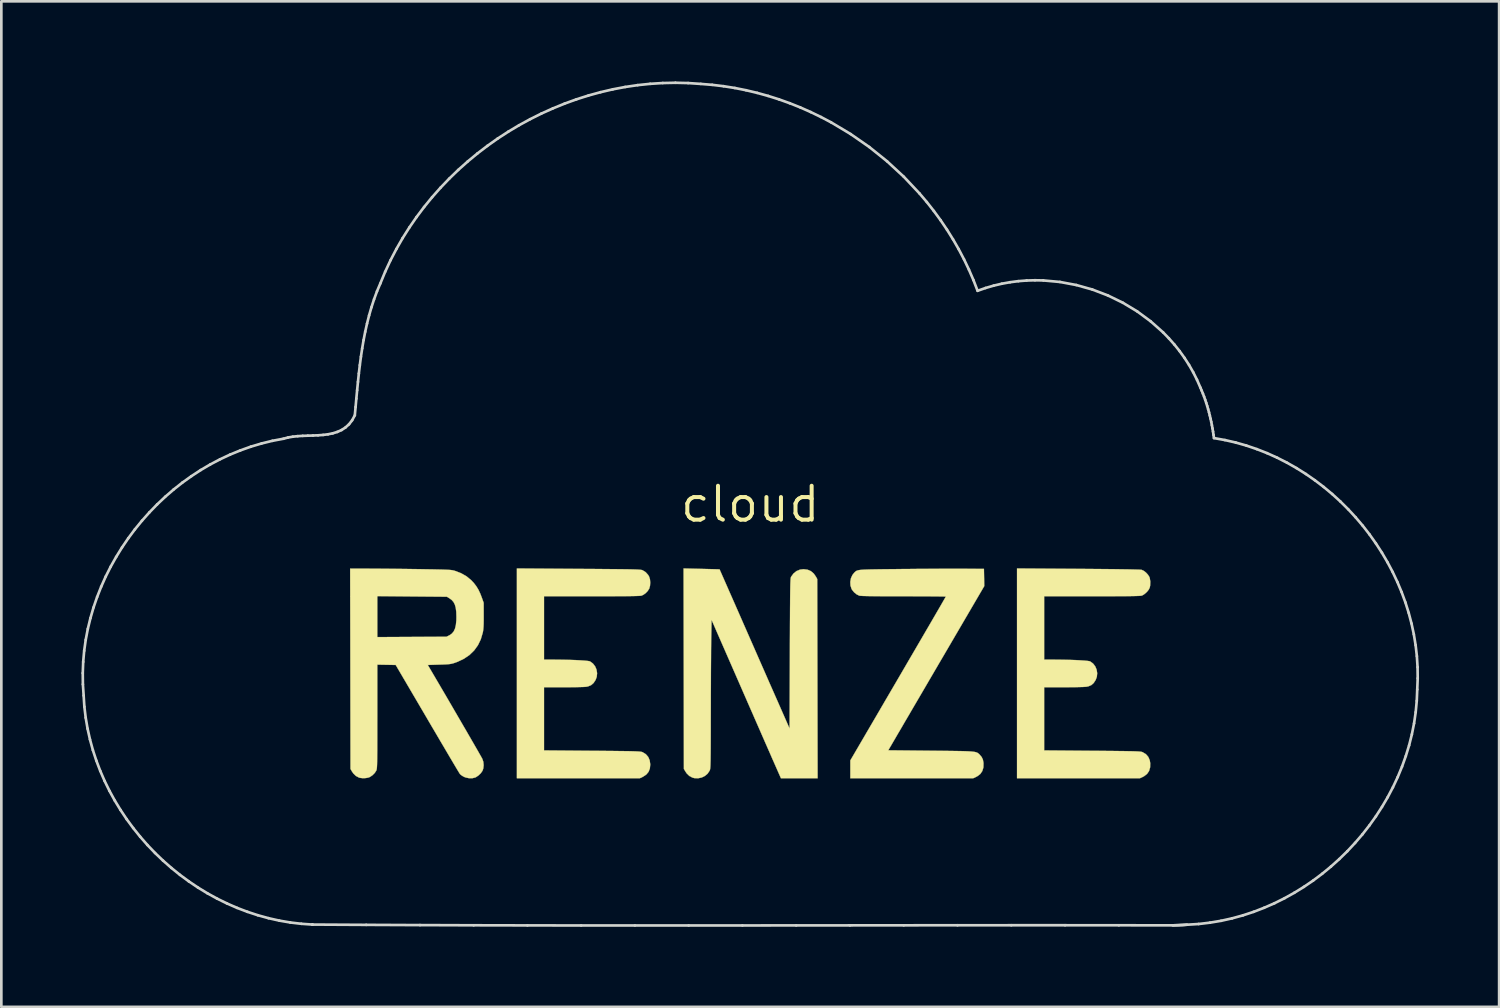
<source format=kicad_pcb>
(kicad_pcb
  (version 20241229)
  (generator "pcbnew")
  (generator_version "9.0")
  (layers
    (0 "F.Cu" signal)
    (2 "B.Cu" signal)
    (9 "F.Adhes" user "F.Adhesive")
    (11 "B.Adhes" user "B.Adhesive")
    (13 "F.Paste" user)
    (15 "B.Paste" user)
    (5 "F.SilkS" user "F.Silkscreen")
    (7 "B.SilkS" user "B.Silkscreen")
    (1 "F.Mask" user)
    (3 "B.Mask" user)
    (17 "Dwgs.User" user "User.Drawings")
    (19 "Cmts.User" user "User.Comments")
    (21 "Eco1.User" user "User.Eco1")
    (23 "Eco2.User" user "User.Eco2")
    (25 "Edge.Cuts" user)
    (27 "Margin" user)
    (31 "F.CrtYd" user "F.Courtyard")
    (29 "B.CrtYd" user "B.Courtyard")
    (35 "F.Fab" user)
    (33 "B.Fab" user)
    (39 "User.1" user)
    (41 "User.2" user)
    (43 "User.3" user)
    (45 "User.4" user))
  (footprint "cloud"
    (layer "F.Cu")
    (at 25.053 15.835)
    (property "Reference" "cloud" (at 0 0 0) (layer "F.SilkS") (effects (font (size 1.27 1.27) (thickness 0.15))))
    (attr through_hole)
    (fp_poly (pts (xy -2.074 -15.762) (xy -1.479 -15.717) (xy -0.974 -15.654) (xy -0.271 -15.529) (xy 0.418 -15.364) (xy 1.092 -15.161) (xy 1.749 -14.92) (xy 2.389 -14.642) (xy 3.01 -14.328) (xy 3.61 -13.98) (xy 4.189 -13.597) (xy 4.745 -13.181) (xy 5.276 -12.732) (xy 5.782 -12.253) (xy 6.261 -11.743) (xy 6.711 -11.203) (xy 7.132 -10.635) (xy 7.522 -10.039) (xy 7.78 -9.599) (xy 7.886 -9.404) (xy 7.995 -9.19) (xy 8.105 -8.967) (xy 8.211 -8.743) (xy 8.309 -8.525) (xy 8.395 -8.324) (xy 8.465 -8.147) (xy 8.489 -8.083) (xy 8.516 -8.006) (xy 8.634 -8.047) (xy 8.85 -8.114) (xy 9.096 -8.179) (xy 9.362 -8.239) (xy 9.634 -8.29) (xy 9.902 -8.332) (xy 10.154 -8.361) (xy 10.157 -8.362) (xy 10.325 -8.373) (xy 10.521 -8.379) (xy 10.736 -8.38) (xy 10.958 -8.376) (xy 11.179 -8.368) (xy 11.387 -8.356) (xy 11.573 -8.34) (xy 11.716 -8.322) (xy 12.251 -8.219) (xy 12.768 -8.078) (xy 13.265 -7.9) (xy 13.744 -7.683) (xy 14.205 -7.428) (xy 14.632 -7.146) (xy 15.02 -6.844) (xy 15.39 -6.508) (xy 15.738 -6.141) (xy 16.06 -5.751) (xy 16.351 -5.341) (xy 16.605 -4.919) (xy 16.633 -4.868) (xy 16.811 -4.506) (xy 16.972 -4.12) (xy 17.11 -3.723) (xy 17.223 -3.324) (xy 17.307 -2.936) (xy 17.323 -2.836) (xy 17.339 -2.737) (xy 17.353 -2.646) (xy 17.364 -2.577) (xy 17.368 -2.549) (xy 17.375 -2.519) (xy 17.388 -2.498) (xy 17.417 -2.483) (xy 17.469 -2.468) (xy 17.552 -2.452) (xy 17.574 -2.448) (xy 18.047 -2.342) (xy 18.53 -2.205) (xy 19.014 -2.039) (xy 19.489 -1.849) (xy 19.945 -1.638) (xy 20.372 -1.409) (xy 20.447 -1.365) (xy 20.981 -1.024) (xy 21.486 -0.654) (xy 21.961 -0.255) (xy 22.406 0.171) (xy 22.818 0.623) (xy 23.198 1.099) (xy 23.544 1.598) (xy 23.856 2.118) (xy 24.132 2.659) (xy 24.373 3.218) (xy 24.576 3.795) (xy 24.742 4.387) (xy 24.869 4.995) (xy 24.956 5.615) (xy 24.979 5.853) (xy 24.987 5.987) (xy 24.992 6.154) (xy 24.994 6.344) (xy 24.994 6.551) (xy 24.991 6.765) (xy 24.986 6.978) (xy 24.979 7.182) (xy 24.97 7.369) (xy 24.96 7.531) (xy 24.947 7.659) (xy 24.946 7.662) (xy 24.847 8.29) (xy 24.708 8.902) (xy 24.531 9.499) (xy 24.316 10.078) (xy 24.064 10.639) (xy 23.776 11.181) (xy 23.452 11.701) (xy 23.093 12.199) (xy 22.7 12.674) (xy 22.273 13.123) (xy 21.814 13.547) (xy 21.548 13.768) (xy 21.047 14.143) (xy 20.526 14.48) (xy 19.987 14.779) (xy 19.43 15.041) (xy 18.857 15.263) (xy 18.268 15.447) (xy 17.665 15.592) (xy 17.048 15.697) (xy 16.419 15.762) (xy 16.309 15.769) (xy 16.268 15.77) (xy 16.187 15.771) (xy 16.065 15.772) (xy 15.905 15.773) (xy 15.708 15.774) (xy 15.475 15.775) (xy 15.207 15.776) (xy 14.906 15.777) (xy 14.572 15.778) (xy 14.208 15.778) (xy 13.814 15.779) (xy 13.392 15.78) (xy 12.942 15.781) (xy 12.467 15.781) (xy 11.967 15.782) (xy 11.444 15.783) (xy 10.899 15.783) (xy 10.333 15.784) (xy 9.747 15.784) (xy 9.144 15.785) (xy 8.523 15.785) (xy 7.887 15.785) (xy 7.236 15.786) (xy 6.573 15.786) (xy 5.897 15.786) (xy 5.211 15.787) (xy 4.515 15.787) (xy 3.812 15.787) (xy 3.102 15.787) (xy 2.386 15.787) (xy 1.666 15.787) (xy 0.943 15.787) (xy 0.218 15.787) (xy -0.507 15.787) (xy -1.231 15.787) (xy -1.954 15.787) (xy -2.672 15.787) (xy -3.387 15.787) (xy -4.095 15.786) (xy -4.796 15.786) (xy -5.488 15.786) (xy -6.171 15.786) (xy -6.843 15.785) (xy -7.503 15.785) (xy -8.149 15.784) (xy -8.78 15.784) (xy -9.395 15.784) (xy -9.993 15.783) (xy -10.572 15.782) (xy -11.131 15.782) (xy -11.669 15.781) (xy -12.185 15.781) (xy -12.677 15.78) (xy -13.144 15.779) (xy -13.585 15.778) (xy -13.998 15.778) (xy -14.383 15.777) (xy -14.737 15.776) (xy -15.06 15.775) (xy -15.351 15.774) (xy -15.608 15.773) (xy -15.829 15.772) (xy -16.015 15.771) (xy -16.162 15.77) (xy -16.271 15.769) (xy -16.339 15.768) (xy -16.362 15.767) (xy -16.974 15.71) (xy -17.575 15.613) (xy -18.163 15.478) (xy -18.737 15.305) (xy -19.296 15.096) (xy -19.837 14.853) (xy -20.359 14.576) (xy -20.862 14.267) (xy -21.343 13.927) (xy -21.801 13.557) (xy -22.235 13.159) (xy -22.643 12.734) (xy -23.024 12.283) (xy -23.375 11.808) (xy -23.697 11.31) (xy -23.987 10.79) (xy -24.244 10.249) (xy -24.467 9.69) (xy -24.653 9.112) (xy -24.802 8.517) (xy -24.858 8.234) (xy -24.892 8.044) (xy -24.919 7.873) (xy -24.941 7.713) (xy -24.958 7.557) (xy -24.97 7.397) (xy -24.979 7.225) (xy -24.984 7.032) (xy -24.987 6.813) (xy -24.987 6.583) (xy -24.987 6.43) (xy -22.325 6.43) (xy -22.317 6.933) (xy -22.27 7.432) (xy -22.186 7.925) (xy -22.064 8.411) (xy -21.904 8.886) (xy -21.708 9.35) (xy -21.475 9.798) (xy -21.206 10.23) (xy -20.902 10.643) (xy -20.562 11.035) (xy -20.415 11.187) (xy -20.033 11.539) (xy -19.626 11.86) (xy -19.197 12.146) (xy -18.749 12.397) (xy -18.283 12.613) (xy -17.804 12.79) (xy -17.312 12.929) (xy -16.812 13.028) (xy -16.403 13.079) (xy -16.369 13.08) (xy -16.293 13.081) (xy -16.178 13.082) (xy -16.025 13.083) (xy -15.834 13.084) (xy -15.607 13.085) (xy -15.345 13.086) (xy -15.05 13.087) (xy -14.723 13.088) (xy -14.364 13.089) (xy -13.976 13.09) (xy -13.559 13.09) (xy -13.116 13.091) (xy -12.646 13.092) (xy -12.151 13.093) (xy -11.633 13.093) (xy -11.093 13.094) (xy -10.532 13.094) (xy -9.951 13.095) (xy -9.352 13.095) (xy -8.736 13.096) (xy -8.104 13.096) (xy -7.457 13.097) (xy -6.797 13.097) (xy -6.124 13.098) (xy -5.441 13.098) (xy -4.749 13.098) (xy -4.048 13.098) (xy -3.34 13.099) (xy -2.626 13.099) (xy -1.907 13.099) (xy -1.186 13.099) (xy -0.462 13.099) (xy 0.263 13.099) (xy 0.987 13.099) (xy 1.709 13.099) (xy 2.428 13.099) (xy 3.143 13.099) (xy 3.853 13.099) (xy 4.555 13.099) (xy 5.25 13.099) (xy 5.935 13.098) (xy 6.61 13.098) (xy 7.273 13.098) (xy 7.923 13.098) (xy 8.558 13.097) (xy 9.178 13.097) (xy 9.781 13.096) (xy 10.366 13.096) (xy 10.931 13.095) (xy 11.476 13.095) (xy 11.999 13.094) (xy 12.499 13.094) (xy 12.974 13.093) (xy 13.424 13.092) (xy 13.847 13.091) (xy 14.241 13.091) (xy 14.606 13.09) (xy 14.94 13.089) (xy 15.243 13.088) (xy 15.512 13.087) (xy 15.747 13.086) (xy 15.945 13.085) (xy 16.107 13.084) (xy 16.231 13.083) (xy 16.315 13.082) (xy 16.358 13.081) (xy 16.362 13.081) (xy 16.877 13.015) (xy 17.379 12.91) (xy 17.868 12.767) (xy 18.341 12.588) (xy 18.796 12.374) (xy 19.232 12.126) (xy 19.647 11.846) (xy 20.039 11.536) (xy 20.406 11.197) (xy 20.747 10.831) (xy 21.06 10.439) (xy 21.343 10.023) (xy 21.593 9.584) (xy 21.811 9.123) (xy 21.992 8.643) (xy 22.13 8.174) (xy 22.237 7.663) (xy 22.303 7.147) (xy 22.327 6.625) (xy 22.309 6.102) (xy 22.25 5.578) (xy 22.169 5.144) (xy 22.127 4.973) (xy 22.07 4.776) (xy 22.003 4.565) (xy 21.93 4.353) (xy 21.855 4.15) (xy 21.782 3.97) (xy 21.749 3.897) (xy 21.515 3.432) (xy 21.249 2.995) (xy 20.951 2.581) (xy 20.617 2.189) (xy 20.405 1.968) (xy 20.02 1.612) (xy 19.616 1.294) (xy 19.192 1.011) (xy 18.744 0.763) (xy 18.445 0.621) (xy 18.054 0.462) (xy 17.664 0.332) (xy 17.266 0.229) (xy 16.853 0.15) (xy 16.414 0.094) (xy 16.188 0.075) (xy 16.006 0.059) (xy 15.858 0.042) (xy 15.737 0.022) (xy 15.634 -0.003) (xy 15.542 -0.036) (xy 15.452 -0.077) (xy 15.388 -0.111) (xy 15.279 -0.186) (xy 15.163 -0.287) (xy 15.051 -0.404) (xy 14.953 -0.525) (xy 14.879 -0.639) (xy 14.876 -0.646) (xy 14.83 -0.738) (xy 14.794 -0.823) (xy 14.768 -0.906) (xy 14.749 -0.996) (xy 14.737 -1.1) (xy 14.731 -1.224) (xy 14.729 -1.377) (xy 14.729 -1.545) (xy 14.73 -1.762) (xy 14.726 -1.943) (xy 14.718 -2.094) (xy 14.705 -2.222) (xy 14.701 -2.252) (xy 14.623 -2.657) (xy 14.508 -3.046) (xy 14.356 -3.417) (xy 14.171 -3.767) (xy 13.953 -4.095) (xy 13.704 -4.399) (xy 13.427 -4.676) (xy 13.124 -4.926) (xy 12.795 -5.144) (xy 12.443 -5.331) (xy 12.07 -5.483) (xy 11.678 -5.599) (xy 11.599 -5.617) (xy 11.198 -5.685) (xy 10.798 -5.71) (xy 10.399 -5.694) (xy 10.004 -5.636) (xy 9.614 -5.537) (xy 9.23 -5.397) (xy 8.854 -5.217) (xy 8.554 -5.039) (xy 8.426 -4.959) (xy 8.322 -4.898) (xy 8.232 -4.854) (xy 8.147 -4.82) (xy 8.057 -4.793) (xy 7.986 -4.776) (xy 7.756 -4.745) (xy 7.527 -4.754) (xy 7.305 -4.803) (xy 7.093 -4.891) (xy 6.897 -5.015) (xy 6.753 -5.142) (xy 6.665 -5.236) (xy 6.592 -5.329) (xy 6.531 -5.429) (xy 6.477 -5.543) (xy 6.428 -5.679) (xy 6.379 -5.844) (xy 6.341 -5.99) (xy 6.165 -6.605) (xy 5.952 -7.202) (xy 5.701 -7.779) (xy 5.412 -8.336) (xy 5.086 -8.873) (xy 4.724 -9.389) (xy 4.46 -9.724) (xy 4.385 -9.811) (xy 4.287 -9.921) (xy 4.172 -10.044) (xy 4.048 -10.175) (xy 3.922 -10.305) (xy 3.834 -10.394) (xy 3.465 -10.745) (xy 3.097 -11.062) (xy 2.723 -11.349) (xy 2.334 -11.614) (xy 1.921 -11.861) (xy 1.476 -12.097) (xy 1.439 -12.115) (xy 0.875 -12.375) (xy 0.31 -12.594) (xy -0.259 -12.772) (xy -0.837 -12.911) (xy -1.426 -13.011) (xy -2.031 -13.073) (xy -2.498 -13.095) (xy -3.123 -13.091) (xy -3.742 -13.045) (xy -4.351 -12.959) (xy -4.951 -12.833) (xy -5.539 -12.668) (xy -6.113 -12.465) (xy -6.672 -12.224) (xy -7.215 -11.947) (xy -7.739 -11.634) (xy -8.244 -11.287) (xy -8.727 -10.904) (xy -9.187 -10.489) (xy -9.623 -10.04) (xy -10.033 -9.56) (xy -10.188 -9.36) (xy -10.537 -8.866) (xy -10.853 -8.345) (xy -11.135 -7.803) (xy -11.382 -7.242) (xy -11.592 -6.666) (xy -11.763 -6.079) (xy -11.864 -5.641) (xy -11.908 -5.409) (xy -11.946 -5.184) (xy -11.977 -4.956) (xy -12.003 -4.717) (xy -12.024 -4.46) (xy -12.042 -4.176) (xy -12.054 -3.926) (xy -12.064 -3.723) (xy -12.073 -3.555) (xy -12.082 -3.416) (xy -12.092 -3.302) (xy -12.102 -3.204) (xy -12.115 -3.116) (xy -12.13 -3.034) (xy -12.138 -2.994) (xy -12.239 -2.609) (xy -12.377 -2.24) (xy -12.552 -1.89) (xy -12.76 -1.561) (xy -12.999 -1.256) (xy -13.267 -0.977) (xy -13.563 -0.726) (xy -13.884 -0.505) (xy -14.228 -0.317) (xy -14.593 -0.165) (xy -14.699 -0.128) (xy -14.878 -0.074) (xy -15.051 -0.031) (xy -15.227 0.003) (xy -15.416 0.028) (xy -15.628 0.047) (xy -15.871 0.061) (xy -15.917 0.063) (xy -16.327 0.088) (xy -16.705 0.128) (xy -17.059 0.184) (xy -17.398 0.257) (xy -17.73 0.351) (xy -18.063 0.465) (xy -18.076 0.47) (xy -18.556 0.67) (xy -19.009 0.902) (xy -19.438 1.167) (xy -19.847 1.468) (xy -20.238 1.807) (xy -20.416 1.979) (xy -20.773 2.363) (xy -21.091 2.765) (xy -21.374 3.186) (xy -21.621 3.629) (xy -21.772 3.948) (xy -21.963 4.433) (xy -22.113 4.926) (xy -22.223 5.425) (xy -22.294 5.927) (xy -22.325 6.43) (xy -24.987 6.43) (xy -24.987 6.359) (xy -24.985 6.169) (xy -24.982 6.007) (xy -24.977 5.864) (xy -24.969 5.733) (xy -24.957 5.606) (xy -24.942 5.476) (xy -24.922 5.334) (xy -24.898 5.173) (xy -24.88 5.059) (xy -24.774 4.516) (xy -24.63 3.969) (xy -24.451 3.427) (xy -24.241 2.896) (xy -24.002 2.386) (xy -23.831 2.066) (xy -23.754 1.936) (xy -23.658 1.782) (xy -23.549 1.614) (xy -23.435 1.441) (xy -23.319 1.273) (xy -23.21 1.118) (xy -23.113 0.985) (xy -23.071 0.931) (xy -22.66 0.444) (xy -22.224 -0.01) (xy -21.764 -0.43) (xy -21.28 -0.815) (xy -20.772 -1.165) (xy -20.243 -1.48) (xy -19.692 -1.758) (xy -19.12 -2) (xy -18.701 -2.15) (xy -18.263 -2.284) (xy -17.837 -2.392) (xy -17.412 -2.477) (xy -16.975 -2.541) (xy -16.518 -2.585) (xy -16.199 -2.604) (xy -16.019 -2.613) (xy -15.874 -2.622) (xy -15.758 -2.633) (xy -15.663 -2.646) (xy -15.584 -2.663) (xy -15.513 -2.685) (xy -15.443 -2.713) (xy -15.37 -2.747) (xy -15.193 -2.856) (xy -15.039 -2.998) (xy -14.913 -3.169) (xy -14.861 -3.266) (xy -14.812 -3.377) (xy -14.777 -3.482) (xy -14.753 -3.592) (xy -14.739 -3.718) (xy -14.733 -3.869) (xy -14.732 -3.967) (xy -14.724 -4.294) (xy -14.703 -4.649) (xy -14.67 -5.021) (xy -14.625 -5.398) (xy -14.569 -5.768) (xy -14.562 -5.81) (xy -14.497 -6.169) (xy -14.425 -6.505) (xy -14.343 -6.834) (xy -14.249 -7.169) (xy -14.137 -7.522) (xy -14.094 -7.651) (xy -13.853 -8.302) (xy -13.573 -8.938) (xy -13.254 -9.559) (xy -12.899 -10.161) (xy -12.509 -10.742) (xy -12.085 -11.3) (xy -11.629 -11.834) (xy -11.142 -12.34) (xy -11.089 -12.391) (xy -10.557 -12.877) (xy -10.002 -13.328) (xy -9.426 -13.742) (xy -8.829 -14.12) (xy -8.213 -14.461) (xy -7.578 -14.764) (xy -6.925 -15.03) (xy -6.256 -15.256) (xy -5.571 -15.444) (xy -4.871 -15.592) (xy -4.444 -15.662) (xy -3.874 -15.729) (xy -3.282 -15.768) (xy -2.679 -15.779) (xy -2.074 -15.762)) (stroke (width 0.01) (type solid)) (fill yes) (layer "F.Mask"))
    (fp_poly (pts (xy 12.282 2.422) (xy 12.675 2.425) (xy 13.037 2.428) (xy 13.364 2.431) (xy 13.658 2.434) (xy 13.915 2.438) (xy 14.137 2.441) (xy 14.321 2.445) (xy 14.466 2.449) (xy 14.572 2.452) (xy 14.637 2.456) (xy 14.658 2.459) (xy 14.739 2.496) (xy 14.822 2.561) (xy 14.896 2.642) (xy 14.949 2.726) (xy 14.962 2.762) (xy 14.984 2.9) (xy 14.978 3.045) (xy 14.963 3.122) (xy 14.926 3.199) (xy 14.862 3.28) (xy 14.782 3.354) (xy 14.7 3.409) (xy 14.654 3.427) (xy 14.615 3.432) (xy 14.535 3.436) (xy 14.413 3.44) (xy 14.249 3.443) (xy 14.044 3.446) (xy 13.796 3.447) (xy 13.507 3.449) (xy 13.175 3.45) (xy 12.801 3.45) (xy 12.79 3.45) (xy 11.007 3.45) (xy 11.007 5.821) (xy 11.351 5.822) (xy 11.585 5.824) (xy 11.809 5.828) (xy 12.018 5.833) (xy 12.208 5.84) (xy 12.375 5.849) (xy 12.516 5.858) (xy 12.626 5.869) (xy 12.7 5.88) (xy 12.732 5.89) (xy 12.84 5.969) (xy 12.921 6.074) (xy 12.973 6.198) (xy 12.994 6.331) (xy 12.981 6.466) (xy 12.938 6.583) (xy 12.863 6.698) (xy 12.775 6.776) (xy 12.665 6.823) (xy 12.592 6.838) (xy 12.538 6.842) (xy 12.448 6.847) (xy 12.328 6.85) (xy 12.184 6.854) (xy 12.023 6.856) (xy 11.849 6.857) (xy 11.732 6.858) (xy 11.007 6.858) (xy 11.007 9.222) (xy 12.81 9.237) (xy 13.13 9.239) (xy 13.409 9.242) (xy 13.652 9.244) (xy 13.861 9.247) (xy 14.039 9.249) (xy 14.188 9.252) (xy 14.312 9.254) (xy 14.412 9.257) (xy 14.492 9.26) (xy 14.555 9.264) (xy 14.603 9.268) (xy 14.639 9.273) (xy 14.666 9.279) (xy 14.686 9.285) (xy 14.699 9.29) (xy 14.82 9.364) (xy 14.908 9.465) (xy 14.962 9.591) (xy 14.981 9.704) (xy 14.976 9.86) (xy 14.937 9.993) (xy 14.862 10.103) (xy 14.751 10.189) (xy 14.7 10.216) (xy 14.594 10.265) (xy 12.293 10.266) (xy 9.991 10.266) (xy 9.991 2.407) (xy 12.282 2.422)) (stroke (width 0.01) (type solid)) (fill yes) (layer "F.SilkS"))
    (fp_poly (pts (xy -6.429 2.423) (xy -6.065 2.425) (xy -5.741 2.427) (xy -5.454 2.43) (xy -5.202 2.432) (xy -4.983 2.434) (xy -4.795 2.436) (xy -4.634 2.438) (xy -4.498 2.44) (xy -4.386 2.443) (xy -4.294 2.446) (xy -4.221 2.449) (xy -4.163 2.453) (xy -4.119 2.456) (xy -4.086 2.461) (xy -4.061 2.466) (xy -4.043 2.471) (xy -4.032 2.475) (xy -3.915 2.549) (xy -3.823 2.654) (xy -3.786 2.72) (xy -3.757 2.819) (xy -3.747 2.937) (xy -3.756 3.057) (xy -3.783 3.158) (xy -3.786 3.164) (xy -3.841 3.251) (xy -3.919 3.333) (xy -4.008 3.396) (xy -4.078 3.427) (xy -4.117 3.432) (xy -4.198 3.436) (xy -4.32 3.44) (xy -4.484 3.443) (xy -4.69 3.446) (xy -4.938 3.447) (xy -5.229 3.449) (xy -5.561 3.45) (xy -5.936 3.45) (xy -5.943 3.45) (xy -7.726 3.45) (xy -7.726 5.821) (xy -7.382 5.822) (xy -7.148 5.824) (xy -6.924 5.828) (xy -6.715 5.833) (xy -6.525 5.84) (xy -6.357 5.849) (xy -6.217 5.858) (xy -6.107 5.869) (xy -6.032 5.88) (xy -6 5.89) (xy -5.893 5.969) (xy -5.811 6.074) (xy -5.759 6.198) (xy -5.738 6.331) (xy -5.751 6.466) (xy -5.794 6.583) (xy -5.871 6.7) (xy -5.964 6.779) (xy -6.078 6.826) (xy -6.129 6.837) (xy -6.18 6.842) (xy -6.267 6.847) (xy -6.385 6.85) (xy -6.528 6.854) (xy -6.688 6.856) (xy -6.862 6.858) (xy -6.99 6.858) (xy -7.726 6.858) (xy -7.726 9.222) (xy -5.922 9.237) (xy -5.603 9.239) (xy -5.324 9.242) (xy -5.082 9.244) (xy -4.873 9.247) (xy -4.696 9.249) (xy -4.547 9.251) (xy -4.424 9.254) (xy -4.324 9.257) (xy -4.244 9.26) (xy -4.181 9.264) (xy -4.133 9.268) (xy -4.096 9.273) (xy -4.069 9.278) (xy -4.047 9.284) (xy -4.029 9.291) (xy -4.028 9.292) (xy -3.91 9.366) (xy -3.823 9.467) (xy -3.768 9.594) (xy -3.747 9.743) (xy -3.747 9.753) (xy -3.762 9.903) (xy -3.811 10.026) (xy -3.894 10.126) (xy -4.013 10.206) (xy -4.032 10.215) (xy -4.138 10.265) (xy -6.44 10.266) (xy -8.742 10.266) (xy -8.742 2.407) (xy -6.429 2.423)) (stroke (width 0.01) (type solid)) (fill yes) (layer "F.SilkS"))
    (fp_poly (pts (xy -1.826 2.423) (xy -1.662 2.427) (xy -1.512 2.431) (xy -1.382 2.434) (xy -1.276 2.437) (xy -1.199 2.439) (xy -1.157 2.441) (xy -1.15 2.442) (xy -1.141 2.461) (xy -1.117 2.517) (xy -1.078 2.605) (xy -1.025 2.725) (xy -0.96 2.873) (xy -0.884 3.046) (xy -0.798 3.242) (xy -0.703 3.457) (xy -0.6 3.691) (xy -0.491 3.939) (xy -0.377 4.198) (xy -0.343 4.276) (xy -0.213 4.572) (xy -0.077 4.882) (xy 0.062 5.198) (xy 0.202 5.517) (xy 0.34 5.832) (xy 0.475 6.138) (xy 0.603 6.43) (xy 0.722 6.702) (xy 0.831 6.948) (xy 0.926 7.164) (xy 0.966 7.254) (xy 1.471 8.402) (xy 1.482 5.593) (xy 1.483 5.189) (xy 1.485 4.825) (xy 1.486 4.5) (xy 1.488 4.21) (xy 1.489 3.954) (xy 1.491 3.73) (xy 1.492 3.535) (xy 1.494 3.368) (xy 1.496 3.226) (xy 1.498 3.106) (xy 1.5 3.008) (xy 1.503 2.928) (xy 1.506 2.865) (xy 1.509 2.816) (xy 1.513 2.779) (xy 1.517 2.753) (xy 1.522 2.735) (xy 1.527 2.722) (xy 1.528 2.72) (xy 1.619 2.595) (xy 1.733 2.504) (xy 1.866 2.45) (xy 1.996 2.435) (xy 2.144 2.453) (xy 2.273 2.509) (xy 2.382 2.603) (xy 2.462 2.72) (xy 2.508 2.805) (xy 2.515 6.535) (xy 2.522 10.266) (xy 1.148 10.266) (xy 0.959 9.837) (xy 0.927 9.764) (xy 0.879 9.655) (xy 0.816 9.513) (xy 0.741 9.34) (xy 0.653 9.14) (xy 0.554 8.915) (xy 0.446 8.668) (xy 0.33 8.402) (xy 0.206 8.12) (xy 0.077 7.824) (xy -0.058 7.517) (xy -0.195 7.203) (xy -0.335 6.883) (xy -0.34 6.871) (xy -1.45 4.334) (xy -1.463 5.03) (xy -1.465 5.154) (xy -1.467 5.316) (xy -1.469 5.511) (xy -1.47 5.737) (xy -1.472 5.987) (xy -1.474 6.259) (xy -1.475 6.547) (xy -1.476 6.847) (xy -1.478 7.156) (xy -1.478 7.469) (xy -1.479 7.781) (xy -1.479 7.811) (xy -1.48 8.155) (xy -1.48 8.459) (xy -1.481 8.726) (xy -1.482 8.958) (xy -1.483 9.158) (xy -1.484 9.329) (xy -1.486 9.473) (xy -1.487 9.592) (xy -1.49 9.69) (xy -1.492 9.768) (xy -1.495 9.829) (xy -1.499 9.877) (xy -1.503 9.912) (xy -1.508 9.939) (xy -1.514 9.959) (xy -1.52 9.976) (xy -1.522 9.98) (xy -1.596 10.091) (xy -1.698 10.178) (xy -1.82 10.238) (xy -1.954 10.266) (xy -2.092 10.261) (xy -2.17 10.24) (xy -2.284 10.179) (xy -2.383 10.083) (xy -2.428 10.016) (xy -2.487 9.917) (xy -2.493 6.162) (xy -2.499 2.407) (xy -1.826 2.423)) (stroke (width 0.01) (type solid)) (fill yes) (layer "F.SilkS"))
    (fp_poly (pts (xy 7.928 2.418) (xy 8.001 2.418) (xy 8.752 2.424) (xy 8.758 2.746) (xy 8.764 3.068) (xy 7.232 5.688) (xy 7.047 6.003) (xy 6.865 6.315) (xy 6.687 6.619) (xy 6.515 6.914) (xy 6.35 7.196) (xy 6.193 7.464) (xy 6.046 7.715) (xy 5.911 7.947) (xy 5.788 8.156) (xy 5.681 8.341) (xy 5.589 8.498) (xy 5.514 8.625) (xy 5.459 8.72) (xy 5.434 8.763) (xy 5.169 9.218) (xy 6.759 9.234) (xy 7.067 9.237) (xy 7.335 9.24) (xy 7.567 9.243) (xy 7.765 9.246) (xy 7.933 9.249) (xy 8.072 9.253) (xy 8.188 9.258) (xy 8.281 9.264) (xy 8.355 9.272) (xy 8.414 9.281) (xy 8.459 9.292) (xy 8.494 9.305) (xy 8.522 9.32) (xy 8.546 9.338) (xy 8.569 9.359) (xy 8.592 9.381) (xy 8.666 9.469) (xy 8.712 9.564) (xy 8.734 9.681) (xy 8.736 9.704) (xy 8.732 9.86) (xy 8.692 9.993) (xy 8.618 10.103) (xy 8.507 10.189) (xy 8.456 10.216) (xy 8.35 10.265) (xy 6.048 10.266) (xy 3.747 10.266) (xy 3.747 9.598) (xy 4.427 8.434) (xy 4.729 7.918) (xy 5.016 7.425) (xy 5.289 6.958) (xy 5.547 6.517) (xy 5.789 6.102) (xy 6.015 5.714) (xy 6.225 5.355) (xy 6.418 5.024) (xy 6.593 4.723) (xy 6.751 4.453) (xy 6.89 4.213) (xy 7.011 4.005) (xy 7.113 3.83) (xy 7.195 3.687) (xy 7.257 3.579) (xy 7.3 3.505) (xy 7.321 3.467) (xy 7.324 3.462) (xy 7.303 3.46) (xy 7.243 3.458) (xy 7.148 3.456) (xy 7.02 3.455) (xy 6.863 3.454) (xy 6.68 3.452) (xy 6.474 3.451) (xy 6.249 3.451) (xy 6.008 3.45) (xy 5.754 3.45) (xy 5.744 3.45) (xy 5.415 3.45) (xy 5.127 3.449) (xy 4.878 3.448) (xy 4.666 3.446) (xy 4.49 3.444) (xy 4.347 3.441) (xy 4.236 3.438) (xy 4.156 3.434) (xy 4.104 3.43) (xy 4.082 3.426) (xy 3.983 3.378) (xy 3.889 3.301) (xy 3.813 3.208) (xy 3.791 3.168) (xy 3.752 3.044) (xy 3.746 2.909) (xy 3.77 2.775) (xy 3.824 2.654) (xy 3.886 2.575) (xy 3.909 2.551) (xy 3.93 2.531) (xy 3.951 2.513) (xy 3.976 2.498) (xy 4.006 2.485) (xy 4.047 2.474) (xy 4.099 2.465) (xy 4.166 2.458) (xy 4.252 2.452) (xy 4.359 2.448) (xy 4.49 2.444) (xy 4.648 2.441) (xy 4.835 2.438) (xy 5.056 2.435) (xy 5.313 2.433) (xy 5.609 2.43) (xy 5.662 2.429) (xy 5.942 2.427) (xy 6.229 2.424) (xy 6.515 2.422) (xy 6.797 2.421) (xy 7.068 2.419) (xy 7.322 2.418) (xy 7.554 2.418) (xy 7.758 2.418) (xy 7.928 2.418)) (stroke (width 0.01) (type solid)) (fill yes) (layer "F.SilkS"))
    (fp_poly (pts (xy -14.262 2.414) (xy -14.092 2.415) (xy -13.888 2.416) (xy -13.657 2.418) (xy -13.407 2.42) (xy -13.146 2.423) (xy -12.881 2.426) (xy -12.62 2.43) (xy -12.372 2.433) (xy -12.119 2.438) (xy -11.905 2.441) (xy -11.726 2.445) (xy -11.578 2.448) (xy -11.457 2.452) (xy -11.36 2.456) (xy -11.283 2.46) (xy -11.222 2.465) (xy -11.173 2.471) (xy -11.133 2.478) (xy -11.098 2.487) (xy -11.065 2.496) (xy -11.06 2.498) (xy -10.827 2.588) (xy -10.625 2.704) (xy -10.448 2.851) (xy -10.351 2.956) (xy -10.259 3.077) (xy -10.183 3.203) (xy -10.114 3.348) (xy -10.06 3.488) (xy -9.986 3.694) (xy -9.985 4.17) (xy -9.985 4.342) (xy -9.987 4.48) (xy -9.992 4.59) (xy -9.999 4.679) (xy -10.009 4.754) (xy -10.021 4.815) (xy -10.094 5.062) (xy -10.201 5.283) (xy -10.341 5.477) (xy -10.513 5.645) (xy -10.719 5.786) (xy -10.958 5.901) (xy -11.06 5.939) (xy -11.122 5.959) (xy -11.178 5.974) (xy -11.238 5.985) (xy -11.309 5.994) (xy -11.399 6) (xy -11.516 6.005) (xy -11.655 6.009) (xy -12.08 6.022) (xy -11.657 6.742) (xy -11.546 6.931) (xy -11.427 7.134) (xy -11.303 7.347) (xy -11.175 7.567) (xy -11.045 7.791) (xy -10.915 8.014) (xy -10.787 8.235) (xy -10.662 8.449) (xy -10.544 8.653) (xy -10.433 8.845) (xy -10.332 9.02) (xy -10.242 9.176) (xy -10.166 9.309) (xy -10.105 9.416) (xy -10.062 9.493) (xy -10.037 9.538) (xy -10.035 9.543) (xy -9.999 9.65) (xy -9.987 9.774) (xy -9.999 9.895) (xy -10.03 9.986) (xy -10.094 10.077) (xy -10.182 10.162) (xy -10.277 10.226) (xy -10.301 10.237) (xy -10.411 10.264) (xy -10.537 10.263) (xy -10.662 10.237) (xy -10.729 10.21) (xy -10.798 10.17) (xy -10.857 10.125) (xy -10.881 10.099) (xy -10.897 10.073) (xy -10.933 10.014) (xy -10.988 9.923) (xy -11.06 9.802) (xy -11.147 9.655) (xy -11.249 9.483) (xy -11.363 9.289) (xy -11.489 9.075) (xy -11.625 8.845) (xy -11.769 8.599) (xy -11.921 8.342) (xy -12.078 8.074) (xy -12.102 8.032) (xy -13.282 6.022) (xy -13.97 6.01) (xy -13.97 7.953) (xy -13.971 8.284) (xy -13.971 8.576) (xy -13.971 8.831) (xy -13.972 9.051) (xy -13.972 9.24) (xy -13.974 9.4) (xy -13.975 9.533) (xy -13.977 9.643) (xy -13.979 9.732) (xy -13.982 9.802) (xy -13.985 9.856) (xy -13.989 9.898) (xy -13.994 9.929) (xy -13.999 9.952) (xy -14.005 9.97) (xy -14.01 9.981) (xy -14.068 10.07) (xy -14.151 10.153) (xy -14.246 10.217) (xy -14.306 10.241) (xy -14.405 10.259) (xy -14.516 10.263) (xy -14.618 10.251) (xy -14.658 10.24) (xy -14.773 10.179) (xy -14.871 10.083) (xy -14.917 10.016) (xy -14.975 9.917) (xy -14.981 6.165) (xy -14.983 4.978) (xy -13.97 4.978) (xy -12.674 4.971) (xy -11.377 4.964) (xy -11.271 4.911) (xy -11.181 4.85) (xy -11.111 4.768) (xy -11.06 4.66) (xy -11.027 4.522) (xy -11.01 4.35) (xy -11.008 4.223) (xy -11.013 4.036) (xy -11.032 3.884) (xy -11.066 3.762) (xy -11.116 3.665) (xy -11.186 3.586) (xy -11.265 3.528) (xy -11.363 3.467) (xy -12.666 3.456) (xy -13.97 3.444) (xy -13.97 4.978) (xy -14.983 4.978) (xy -14.988 2.413) (xy -14.262 2.414)) (stroke (width 0.01) (type solid)) (fill yes) (layer "F.SilkS"))
    (fp_line (start -25.003 6.327) (end -24.987 5.908) (stroke (width 0.1) (type solid)) (layer "Edge.Cuts"))
    (fp_line (start -24.998 6.747) (end -25.003 6.327) (stroke (width 0.1) (type solid)) (layer "Edge.Cuts"))
    (fp_line (start -24.987 5.908) (end -24.95 5.493) (stroke (width 0.1) (type solid)) (layer "Edge.Cuts"))
    (fp_line (start -24.97 7.168) (end -24.998 6.747) (stroke (width 0.1) (type solid)) (layer "Edge.Cuts"))
    (fp_line (start -24.95 5.493) (end -24.892 5.08) (stroke (width 0.1) (type solid)) (layer "Edge.Cuts"))
    (fp_line (start -24.943 7.585) (end -24.97 7.168) (stroke (width 0.1) (type solid)) (layer "Edge.Cuts"))
    (fp_line (start -24.893 7.999) (end -24.943 7.585) (stroke (width 0.1) (type solid)) (layer "Edge.Cuts"))
    (fp_line (start -24.892 5.08) (end -24.814 4.672) (stroke (width 0.1) (type solid)) (layer "Edge.Cuts"))
    (fp_line (start -24.823 8.409) (end -24.893 7.999) (stroke (width 0.1) (type solid)) (layer "Edge.Cuts"))
    (fp_line (start -24.814 4.672) (end -24.716 4.268) (stroke (width 0.1) (type solid)) (layer "Edge.Cuts"))
    (fp_line (start -24.733 8.813) (end -24.823 8.409) (stroke (width 0.1) (type solid)) (layer "Edge.Cuts"))
    (fp_line (start -24.716 4.268) (end -24.6 3.869) (stroke (width 0.1) (type solid)) (layer "Edge.Cuts"))
    (fp_line (start -24.624 9.212) (end -24.733 8.813) (stroke (width 0.1) (type solid)) (layer "Edge.Cuts"))
    (fp_line (start -24.6 3.869) (end -24.465 3.476) (stroke (width 0.1) (type solid)) (layer "Edge.Cuts"))
    (fp_line (start -24.495 9.605) (end -24.624 9.212) (stroke (width 0.1) (type solid)) (layer "Edge.Cuts"))
    (fp_line (start -24.465 3.476) (end -24.313 3.09) (stroke (width 0.1) (type solid)) (layer "Edge.Cuts"))
    (fp_line (start -24.348 9.991) (end -24.495 9.605) (stroke (width 0.1) (type solid)) (layer "Edge.Cuts"))
    (fp_line (start -24.313 3.09) (end -24.143 2.71) (stroke (width 0.1) (type solid)) (layer "Edge.Cuts"))
    (fp_line (start -24.184 10.369) (end -24.348 9.991) (stroke (width 0.1) (type solid)) (layer "Edge.Cuts"))
    (fp_line (start -24.143 2.71) (end -23.956 2.339) (stroke (width 0.1) (type solid)) (layer "Edge.Cuts"))
    (fp_line (start -24.002 10.74) (end -24.184 10.369) (stroke (width 0.1) (type solid)) (layer "Edge.Cuts"))
    (fp_line (start -23.956 2.339) (end -23.752 1.976) (stroke (width 0.1) (type solid)) (layer "Edge.Cuts"))
    (fp_line (start -23.803 11.102) (end -24.002 10.74) (stroke (width 0.1) (type solid)) (layer "Edge.Cuts"))
    (fp_line (start -23.752 1.976) (end -23.533 1.621) (stroke (width 0.1) (type solid)) (layer "Edge.Cuts"))
    (fp_line (start -23.588 11.455) (end -23.803 11.102) (stroke (width 0.1) (type solid)) (layer "Edge.Cuts"))
    (fp_line (start -23.533 1.621) (end -23.299 1.277) (stroke (width 0.1) (type solid)) (layer "Edge.Cuts"))
    (fp_line (start -23.358 11.799) (end -23.588 11.455) (stroke (width 0.1) (type solid)) (layer "Edge.Cuts"))
    (fp_line (start -23.299 1.277) (end -23.05 0.943) (stroke (width 0.1) (type solid)) (layer "Edge.Cuts"))
    (fp_line (start -23.113 12.132) (end -23.358 11.799) (stroke (width 0.1) (type solid)) (layer "Edge.Cuts"))
    (fp_line (start -23.05 0.943) (end -22.786 0.62) (stroke (width 0.1) (type solid)) (layer "Edge.Cuts"))
    (fp_line (start -22.854 12.454) (end -23.113 12.132) (stroke (width 0.1) (type solid)) (layer "Edge.Cuts"))
    (fp_line (start -22.786 0.62) (end -22.509 0.309) (stroke (width 0.1) (type solid)) (layer "Edge.Cuts"))
    (fp_line (start -22.581 12.766) (end -22.854 12.454) (stroke (width 0.1) (type solid)) (layer "Edge.Cuts"))
    (fp_line (start -22.509 0.309) (end -22.219 0.01) (stroke (width 0.1) (type solid)) (layer "Edge.Cuts"))
    (fp_line (start -22.295 13.065) (end -22.581 12.766) (stroke (width 0.1) (type solid)) (layer "Edge.Cuts"))
    (fp_line (start -22.219 0.01) (end -21.916 -0.276) (stroke (width 0.1) (type solid)) (layer "Edge.Cuts"))
    (fp_line (start -21.996 13.351) (end -22.295 13.065) (stroke (width 0.1) (type solid)) (layer "Edge.Cuts"))
    (fp_line (start -21.916 -0.276) (end -21.601 -0.548) (stroke (width 0.1) (type solid)) (layer "Edge.Cuts"))
    (fp_line (start -21.685 13.624) (end -21.996 13.351) (stroke (width 0.1) (type solid)) (layer "Edge.Cuts"))
    (fp_line (start -21.601 -0.548) (end -21.275 -0.806) (stroke (width 0.1) (type solid)) (layer "Edge.Cuts"))
    (fp_line (start -21.363 13.884) (end -21.685 13.624) (stroke (width 0.1) (type solid)) (layer "Edge.Cuts"))
    (fp_line (start -21.275 -0.806) (end -20.937 -1.048) (stroke (width 0.1) (type solid)) (layer "Edge.Cuts"))
    (fp_line (start -21.03 14.129) (end -21.363 13.884) (stroke (width 0.1) (type solid)) (layer "Edge.Cuts"))
    (fp_line (start -20.937 -1.048) (end -20.589 -1.276) (stroke (width 0.1) (type solid)) (layer "Edge.Cuts"))
    (fp_line (start -20.687 14.36) (end -21.03 14.129) (stroke (width 0.1) (type solid)) (layer "Edge.Cuts"))
    (fp_line (start -20.589 -1.276) (end -20.23 -1.487) (stroke (width 0.1) (type solid)) (layer "Edge.Cuts"))
    (fp_line (start -20.334 14.575) (end -20.687 14.36) (stroke (width 0.1) (type solid)) (layer "Edge.Cuts"))
    (fp_line (start -20.23 -1.487) (end -19.862 -1.681) (stroke (width 0.1) (type solid)) (layer "Edge.Cuts"))
    (fp_line (start -19.972 14.774) (end -20.334 14.575) (stroke (width 0.1) (type solid)) (layer "Edge.Cuts"))
    (fp_line (start -19.862 -1.681) (end -19.486 -1.857) (stroke (width 0.1) (type solid)) (layer "Edge.Cuts"))
    (fp_line (start -19.601 14.956) (end -19.972 14.774) (stroke (width 0.1) (type solid)) (layer "Edge.Cuts"))
    (fp_line (start -19.486 -1.857) (end -19.1 -2.015) (stroke (width 0.1) (type solid)) (layer "Edge.Cuts"))
    (fp_line (start -19.223 15.121) (end -19.601 14.956) (stroke (width 0.1) (type solid)) (layer "Edge.Cuts"))
    (fp_line (start -19.1 -2.015) (end -18.707 -2.155) (stroke (width 0.1) (type solid)) (layer "Edge.Cuts"))
    (fp_line (start -18.837 15.268) (end -19.223 15.121) (stroke (width 0.1) (type solid)) (layer "Edge.Cuts"))
    (fp_line (start -18.707 -2.155) (end -18.306 -2.274) (stroke (width 0.1) (type solid)) (layer "Edge.Cuts"))
    (fp_line (start -18.444 15.397) (end -18.837 15.268) (stroke (width 0.1) (type solid)) (layer "Edge.Cuts"))
    (fp_line (start -18.306 -2.274) (end -17.899 -2.374) (stroke (width 0.1) (type solid)) (layer "Edge.Cuts"))
    (fp_line (start -18.045 15.507) (end -18.444 15.397) (stroke (width 0.1) (type solid)) (layer "Edge.Cuts"))
    (fp_line (start -17.899 -2.374) (end -17.485 -2.452) (stroke (width 0.1) (type solid)) (layer "Edge.Cuts"))
    (fp_line (start -17.641 15.598) (end -18.045 15.507) (stroke (width 0.1) (type solid)) (layer "Edge.Cuts"))
    (fp_line (start -17.485 -2.452) (end -17.315 -2.498) (stroke (width 0.1) (type solid)) (layer "Edge.Cuts"))
    (fp_line (start -17.315 -2.498) (end -17.137 -2.528) (stroke (width 0.1) (type solid)) (layer "Edge.Cuts"))
    (fp_line (start -17.232 15.668) (end -17.641 15.598) (stroke (width 0.1) (type solid)) (layer "Edge.Cuts"))
    (fp_line (start -17.137 -2.528) (end -16.953 -2.548) (stroke (width 0.1) (type solid)) (layer "Edge.Cuts"))
    (fp_line (start -16.953 -2.548) (end -16.764 -2.559) (stroke (width 0.1) (type solid)) (layer "Edge.Cuts"))
    (fp_line (start -16.818 15.717) (end -17.232 15.668) (stroke (width 0.1) (type solid)) (layer "Edge.Cuts"))
    (fp_line (start -16.764 -2.559) (end -16.573 -2.566) (stroke (width 0.1) (type solid)) (layer "Edge.Cuts"))
    (fp_line (start -16.573 -2.566) (end -16.38 -2.572) (stroke (width 0.1) (type solid)) (layer "Edge.Cuts"))
    (fp_line (start -16.4 15.746) (end -16.818 15.717) (stroke (width 0.1) (type solid)) (layer "Edge.Cuts"))
    (fp_line (start -16.4 15.746) (end -16.4 15.746) (stroke (width 0.1) (type solid)) (layer "Edge.Cuts"))
    (fp_line (start -16.4 15.746) (end -16.4 15.746) (stroke (width 0.1) (type solid)) (layer "Edge.Cuts"))
    (fp_line (start -16.38 -2.572) (end -16.189 -2.58) (stroke (width 0.1) (type solid)) (layer "Edge.Cuts"))
    (fp_line (start -16.189 -2.58) (end -16 -2.594) (stroke (width 0.1) (type solid)) (layer "Edge.Cuts"))
    (fp_line (start -16 -2.594) (end -15.816 -2.618) (stroke (width 0.1) (type solid)) (layer "Edge.Cuts"))
    (fp_line (start -15.816 -2.618) (end -15.639 -2.654) (stroke (width 0.1) (type solid)) (layer "Edge.Cuts"))
    (fp_line (start -15.639 -2.654) (end -15.47 -2.706) (stroke (width 0.1) (type solid)) (layer "Edge.Cuts"))
    (fp_line (start -15.47 -2.706) (end -15.311 -2.777) (stroke (width 0.1) (type solid)) (layer "Edge.Cuts"))
    (fp_line (start -15.311 -2.777) (end -15.164 -2.872) (stroke (width 0.1) (type solid)) (layer "Edge.Cuts"))
    (fp_line (start -15.164 -2.872) (end -15.03 -2.993) (stroke (width 0.1) (type solid)) (layer "Edge.Cuts"))
    (fp_line (start -15.03 -2.993) (end -14.913 -3.144) (stroke (width 0.1) (type solid)) (layer "Edge.Cuts"))
    (fp_line (start -14.913 -3.144) (end -14.813 -3.328) (stroke (width 0.1) (type solid)) (layer "Edge.Cuts"))
    (fp_line (start -14.813 -3.328) (end -14.784 -3.64) (stroke (width 0.1) (type solid)) (layer "Edge.Cuts"))
    (fp_line (start -14.784 -3.64) (end -14.756 -3.953) (stroke (width 0.1) (type solid)) (layer "Edge.Cuts"))
    (fp_line (start -14.756 -3.953) (end -14.726 -4.267) (stroke (width 0.1) (type solid)) (layer "Edge.Cuts"))
    (fp_line (start -14.726 -4.267) (end -14.695 -4.581) (stroke (width 0.1) (type solid)) (layer "Edge.Cuts"))
    (fp_line (start -14.695 -4.581) (end -14.662 -4.896) (stroke (width 0.1) (type solid)) (layer "Edge.Cuts"))
    (fp_line (start -14.662 -4.896) (end -14.625 -5.21) (stroke (width 0.1) (type solid)) (layer "Edge.Cuts"))
    (fp_line (start -14.625 -5.21) (end -14.584 -5.523) (stroke (width 0.1) (type solid)) (layer "Edge.Cuts"))
    (fp_line (start -14.584 -5.523) (end -14.537 -5.836) (stroke (width 0.1) (type solid)) (layer "Edge.Cuts"))
    (fp_line (start -14.537 -5.836) (end -14.484 -6.147) (stroke (width 0.1) (type solid)) (layer "Edge.Cuts"))
    (fp_line (start -14.484 -6.147) (end -14.424 -6.457) (stroke (width 0.1) (type solid)) (layer "Edge.Cuts"))
    (fp_line (start -14.424 -6.457) (end -14.355 -6.765) (stroke (width 0.1) (type solid)) (layer "Edge.Cuts"))
    (fp_line (start -14.387 15.757) (end -16.4 15.746) (stroke (width 0.1) (type solid)) (layer "Edge.Cuts"))
    (fp_line (start -14.355 -6.765) (end -14.278 -7.071) (stroke (width 0.1) (type solid)) (layer "Edge.Cuts"))
    (fp_line (start -14.278 -7.071) (end -14.19 -7.375) (stroke (width 0.1) (type solid)) (layer "Edge.Cuts"))
    (fp_line (start -14.19 -7.375) (end -14.092 -7.675) (stroke (width 0.1) (type solid)) (layer "Edge.Cuts"))
    (fp_line (start -14.092 -7.675) (end -13.982 -7.973) (stroke (width 0.1) (type solid)) (layer "Edge.Cuts"))
    (fp_line (start -13.982 -7.973) (end -13.858 -8.266) (stroke (width 0.1) (type solid)) (layer "Edge.Cuts"))
    (fp_line (start -13.858 -8.266) (end -13.676 -8.706) (stroke (width 0.1) (type solid)) (layer "Edge.Cuts"))
    (fp_line (start -13.676 -8.706) (end -13.476 -9.136) (stroke (width 0.1) (type solid)) (layer "Edge.Cuts"))
    (fp_line (start -13.476 -9.136) (end -13.257 -9.556) (stroke (width 0.1) (type solid)) (layer "Edge.Cuts"))
    (fp_line (start -13.257 -9.556) (end -13.022 -9.966) (stroke (width 0.1) (type solid)) (layer "Edge.Cuts"))
    (fp_line (start -13.022 -9.966) (end -12.769 -10.366) (stroke (width 0.1) (type solid)) (layer "Edge.Cuts"))
    (fp_line (start -12.769 -10.366) (end -12.501 -10.754) (stroke (width 0.1) (type solid)) (layer "Edge.Cuts"))
    (fp_line (start -12.501 -10.754) (end -12.217 -11.132) (stroke (width 0.1) (type solid)) (layer "Edge.Cuts"))
    (fp_line (start -12.374 15.766) (end -14.387 15.757) (stroke (width 0.1) (type solid)) (layer "Edge.Cuts"))
    (fp_line (start -12.217 -11.132) (end -11.919 -11.497) (stroke (width 0.1) (type solid)) (layer "Edge.Cuts"))
    (fp_line (start -11.919 -11.497) (end -11.606 -11.85) (stroke (width 0.1) (type solid)) (layer "Edge.Cuts"))
    (fp_line (start -11.606 -11.85) (end -11.279 -12.191) (stroke (width 0.1) (type solid)) (layer "Edge.Cuts"))
    (fp_line (start -11.279 -12.191) (end -10.94 -12.519) (stroke (width 0.1) (type solid)) (layer "Edge.Cuts"))
    (fp_line (start -10.94 -12.519) (end -10.588 -12.833) (stroke (width 0.1) (type solid)) (layer "Edge.Cuts"))
    (fp_line (start -10.588 -12.833) (end -10.224 -13.134) (stroke (width 0.1) (type solid)) (layer "Edge.Cuts"))
    (fp_line (start -10.361 15.773) (end -12.374 15.766) (stroke (width 0.1) (type solid)) (layer "Edge.Cuts"))
    (fp_line (start -10.224 -13.134) (end -9.848 -13.421) (stroke (width 0.1) (type solid)) (layer "Edge.Cuts"))
    (fp_line (start -9.848 -13.421) (end -9.463 -13.694) (stroke (width 0.1) (type solid)) (layer "Edge.Cuts"))
    (fp_line (start -9.463 -13.694) (end -9.067 -13.951) (stroke (width 0.1) (type solid)) (layer "Edge.Cuts"))
    (fp_line (start -9.067 -13.951) (end -8.661 -14.194) (stroke (width 0.1) (type solid)) (layer "Edge.Cuts"))
    (fp_line (start -8.661 -14.194) (end -8.247 -14.42) (stroke (width 0.1) (type solid)) (layer "Edge.Cuts"))
    (fp_line (start -8.348 15.777) (end -10.361 15.773) (stroke (width 0.1) (type solid)) (layer "Edge.Cuts"))
    (fp_line (start -8.247 -14.42) (end -7.825 -14.631) (stroke (width 0.1) (type solid)) (layer "Edge.Cuts"))
    (fp_line (start -7.825 -14.631) (end -7.394 -14.825) (stroke (width 0.1) (type solid)) (layer "Edge.Cuts"))
    (fp_line (start -7.394 -14.825) (end -6.957 -15.003) (stroke (width 0.1) (type solid)) (layer "Edge.Cuts"))
    (fp_line (start -6.957 -15.003) (end -6.514 -15.164) (stroke (width 0.1) (type solid)) (layer "Edge.Cuts"))
    (fp_line (start -6.514 -15.164) (end -6.064 -15.307) (stroke (width 0.1) (type solid)) (layer "Edge.Cuts"))
    (fp_line (start -6.335 15.78) (end -8.348 15.777) (stroke (width 0.1) (type solid)) (layer "Edge.Cuts"))
    (fp_line (start -6.064 -15.307) (end -5.609 -15.432) (stroke (width 0.1) (type solid)) (layer "Edge.Cuts"))
    (fp_line (start -5.609 -15.432) (end -5.15 -15.539) (stroke (width 0.1) (type solid)) (layer "Edge.Cuts"))
    (fp_line (start -5.15 -15.539) (end -4.686 -15.627) (stroke (width 0.1) (type solid)) (layer "Edge.Cuts"))
    (fp_line (start -4.686 -15.627) (end -4.22 -15.696) (stroke (width 0.1) (type solid)) (layer "Edge.Cuts"))
    (fp_line (start -4.322 15.78) (end -6.335 15.78) (stroke (width 0.1) (type solid)) (layer "Edge.Cuts"))
    (fp_line (start -4.22 -15.696) (end -3.75 -15.745) (stroke (width 0.1) (type solid)) (layer "Edge.Cuts"))
    (fp_line (start -3.75 -15.745) (end -3.278 -15.775) (stroke (width 0.1) (type solid)) (layer "Edge.Cuts"))
    (fp_line (start -3.278 -15.775) (end -2.804 -15.785) (stroke (width 0.1) (type solid)) (layer "Edge.Cuts"))
    (fp_line (start -2.804 -15.785) (end -2.329 -15.774) (stroke (width 0.1) (type solid)) (layer "Edge.Cuts"))
    (fp_line (start -2.329 -15.774) (end -1.854 -15.742) (stroke (width 0.1) (type solid)) (layer "Edge.Cuts"))
    (fp_line (start -2.308 15.78) (end -4.322 15.78) (stroke (width 0.1) (type solid)) (layer "Edge.Cuts"))
    (fp_line (start -1.854 -15.742) (end -1.426 -15.707) (stroke (width 0.1) (type solid)) (layer "Edge.Cuts"))
    (fp_line (start -1.426 -15.707) (end -1 -15.656) (stroke (width 0.1) (type solid)) (layer "Edge.Cuts"))
    (fp_line (start -1 -15.656) (end -0.578 -15.589) (stroke (width 0.1) (type solid)) (layer "Edge.Cuts"))
    (fp_line (start -0.578 -15.589) (end -0.158 -15.505) (stroke (width 0.1) (type solid)) (layer "Edge.Cuts"))
    (fp_line (start -0.295 15.779) (end -2.308 15.78) (stroke (width 0.1) (type solid)) (layer "Edge.Cuts"))
    (fp_line (start -0.158 -15.505) (end 0.257 -15.406) (stroke (width 0.1) (type solid)) (layer "Edge.Cuts"))
    (fp_line (start 0.257 -15.406) (end 0.668 -15.292) (stroke (width 0.1) (type solid)) (layer "Edge.Cuts"))
    (fp_line (start 0.668 -15.292) (end 1.075 -15.163) (stroke (width 0.1) (type solid)) (layer "Edge.Cuts"))
    (fp_line (start 1.075 -15.163) (end 1.477 -15.019) (stroke (width 0.1) (type solid)) (layer "Edge.Cuts"))
    (fp_line (start 1.477 -15.019) (end 1.873 -14.861) (stroke (width 0.1) (type solid)) (layer "Edge.Cuts"))
    (fp_line (start 1.719 15.778) (end -0.295 15.779) (stroke (width 0.1) (type solid)) (layer "Edge.Cuts"))
    (fp_line (start 1.873 -14.861) (end 2.263 -14.688) (stroke (width 0.1) (type solid)) (layer "Edge.Cuts"))
    (fp_line (start 2.263 -14.688) (end 2.647 -14.502) (stroke (width 0.1) (type solid)) (layer "Edge.Cuts"))
    (fp_line (start 2.647 -14.502) (end 3.025 -14.303) (stroke (width 0.1) (type solid)) (layer "Edge.Cuts"))
    (fp_line (start 3.025 -14.303) (end 3.757 -13.865) (stroke (width 0.1) (type solid)) (layer "Edge.Cuts"))
    (fp_line (start 3.733 15.776) (end 1.719 15.778) (stroke (width 0.1) (type solid)) (layer "Edge.Cuts"))
    (fp_line (start 3.757 -13.865) (end 4.458 -13.378) (stroke (width 0.1) (type solid)) (layer "Edge.Cuts"))
    (fp_line (start 4.458 -13.378) (end 5.124 -12.843) (stroke (width 0.1) (type solid)) (layer "Edge.Cuts"))
    (fp_line (start 5.124 -12.843) (end 5.751 -12.264) (stroke (width 0.1) (type solid)) (layer "Edge.Cuts"))
    (fp_line (start 5.747 15.774) (end 3.733 15.776) (stroke (width 0.1) (type solid)) (layer "Edge.Cuts"))
    (fp_line (start 5.751 -12.264) (end 6.336 -11.642) (stroke (width 0.1) (type solid)) (layer "Edge.Cuts"))
    (fp_line (start 6.336 -11.642) (end 6.612 -11.317) (stroke (width 0.1) (type solid)) (layer "Edge.Cuts"))
    (fp_line (start 6.612 -11.317) (end 6.876 -10.981) (stroke (width 0.1) (type solid)) (layer "Edge.Cuts"))
    (fp_line (start 6.876 -10.981) (end 7.128 -10.637) (stroke (width 0.1) (type solid)) (layer "Edge.Cuts"))
    (fp_line (start 7.128 -10.637) (end 7.367 -10.283) (stroke (width 0.1) (type solid)) (layer "Edge.Cuts"))
    (fp_line (start 7.367 -10.283) (end 7.593 -9.921) (stroke (width 0.1) (type solid)) (layer "Edge.Cuts"))
    (fp_line (start 7.593 -9.921) (end 7.806 -9.551) (stroke (width 0.1) (type solid)) (layer "Edge.Cuts"))
    (fp_line (start 7.761 15.772) (end 5.747 15.774) (stroke (width 0.1) (type solid)) (layer "Edge.Cuts"))
    (fp_line (start 7.806 -9.551) (end 8.005 -9.172) (stroke (width 0.1) (type solid)) (layer "Edge.Cuts"))
    (fp_line (start 8.005 -9.172) (end 8.189 -8.786) (stroke (width 0.1) (type solid)) (layer "Edge.Cuts"))
    (fp_line (start 8.189 -8.786) (end 8.359 -8.393) (stroke (width 0.1) (type solid)) (layer "Edge.Cuts"))
    (fp_line (start 8.359 -8.393) (end 8.514 -7.993) (stroke (width 0.1) (type solid)) (layer "Edge.Cuts"))
    (fp_line (start 8.514 -7.993) (end 8.813 -8.098) (stroke (width 0.1) (type solid)) (layer "Edge.Cuts"))
    (fp_line (start 8.813 -8.098) (end 9.116 -8.186) (stroke (width 0.1) (type solid)) (layer "Edge.Cuts"))
    (fp_line (start 9.116 -8.186) (end 9.422 -8.258) (stroke (width 0.1) (type solid)) (layer "Edge.Cuts"))
    (fp_line (start 9.422 -8.258) (end 9.731 -8.314) (stroke (width 0.1) (type solid)) (layer "Edge.Cuts"))
    (fp_line (start 9.731 -8.314) (end 10.041 -8.354) (stroke (width 0.1) (type solid)) (layer "Edge.Cuts"))
    (fp_line (start 9.776 15.771) (end 7.761 15.772) (stroke (width 0.1) (type solid)) (layer "Edge.Cuts"))
    (fp_line (start 10.041 -8.354) (end 10.352 -8.378) (stroke (width 0.1) (type solid)) (layer "Edge.Cuts"))
    (fp_line (start 10.352 -8.378) (end 10.665 -8.387) (stroke (width 0.1) (type solid)) (layer "Edge.Cuts"))
    (fp_line (start 10.665 -8.387) (end 10.976 -8.381) (stroke (width 0.1) (type solid)) (layer "Edge.Cuts"))
    (fp_line (start 10.976 -8.381) (end 11.598 -8.324) (stroke (width 0.1) (type solid)) (layer "Edge.Cuts"))
    (fp_line (start 11.598 -8.324) (end 12.212 -8.209) (stroke (width 0.1) (type solid)) (layer "Edge.Cuts"))
    (fp_line (start 11.79 15.771) (end 9.776 15.771) (stroke (width 0.1) (type solid)) (layer "Edge.Cuts"))
    (fp_line (start 12.212 -8.209) (end 12.813 -8.04) (stroke (width 0.1) (type solid)) (layer "Edge.Cuts"))
    (fp_line (start 12.813 -8.04) (end 13.397 -7.817) (stroke (width 0.1) (type solid)) (layer "Edge.Cuts"))
    (fp_line (start 13.397 -7.817) (end 13.959 -7.543) (stroke (width 0.1) (type solid)) (layer "Edge.Cuts"))
    (fp_line (start 13.805 15.773) (end 11.79 15.771) (stroke (width 0.1) (type solid)) (layer "Edge.Cuts"))
    (fp_line (start 13.959 -7.543) (end 14.494 -7.22) (stroke (width 0.1) (type solid)) (layer "Edge.Cuts"))
    (fp_line (start 14.494 -7.22) (end 14.997 -6.849) (stroke (width 0.1) (type solid)) (layer "Edge.Cuts"))
    (fp_line (start 14.997 -6.849) (end 15.463 -6.435) (stroke (width 0.1) (type solid)) (layer "Edge.Cuts"))
    (fp_line (start 15.463 -6.435) (end 15.68 -6.211) (stroke (width 0.1) (type solid)) (layer "Edge.Cuts"))
    (fp_line (start 15.68 -6.211) (end 15.887 -5.977) (stroke (width 0.1) (type solid)) (layer "Edge.Cuts"))
    (fp_line (start 15.82 15.775) (end 13.805 15.773) (stroke (width 0.1) (type solid)) (layer "Edge.Cuts"))
    (fp_line (start 15.857 15.774) (end 15.82 15.775) (stroke (width 0.1) (type solid)) (layer "Edge.Cuts"))
    (fp_line (start 15.887 -5.977) (end 16.082 -5.733) (stroke (width 0.1) (type solid)) (layer "Edge.Cuts"))
    (fp_line (start 15.893 15.772) (end 15.857 15.774) (stroke (width 0.1) (type solid)) (layer "Edge.Cuts"))
    (fp_line (start 15.928 15.771) (end 15.893 15.772) (stroke (width 0.1) (type solid)) (layer "Edge.Cuts"))
    (fp_line (start 15.963 15.77) (end 15.928 15.771) (stroke (width 0.1) (type solid)) (layer "Edge.Cuts"))
    (fp_line (start 15.997 15.769) (end 15.963 15.77) (stroke (width 0.1) (type solid)) (layer "Edge.Cuts"))
    (fp_line (start 16.031 15.768) (end 15.997 15.769) (stroke (width 0.1) (type solid)) (layer "Edge.Cuts"))
    (fp_line (start 16.064 15.767) (end 16.031 15.768) (stroke (width 0.1) (type solid)) (layer "Edge.Cuts"))
    (fp_line (start 16.082 -5.733) (end 16.264 -5.479) (stroke (width 0.1) (type solid)) (layer "Edge.Cuts"))
    (fp_line (start 16.098 15.765) (end 16.064 15.767) (stroke (width 0.1) (type solid)) (layer "Edge.Cuts"))
    (fp_line (start 16.131 15.764) (end 16.098 15.765) (stroke (width 0.1) (type solid)) (layer "Edge.Cuts"))
    (fp_line (start 16.164 15.763) (end 16.131 15.764) (stroke (width 0.1) (type solid)) (layer "Edge.Cuts"))
    (fp_line (start 16.197 15.762) (end 16.164 15.763) (stroke (width 0.1) (type solid)) (layer "Edge.Cuts"))
    (fp_line (start 16.231 15.76) (end 16.197 15.762) (stroke (width 0.1) (type solid)) (layer "Edge.Cuts"))
    (fp_line (start 16.264 15.758) (end 16.231 15.76) (stroke (width 0.1) (type solid)) (layer "Edge.Cuts"))
    (fp_line (start 16.264 -5.479) (end 16.434 -5.215) (stroke (width 0.1) (type solid)) (layer "Edge.Cuts"))
    (fp_line (start 16.298 15.756) (end 16.264 15.758) (stroke (width 0.1) (type solid)) (layer "Edge.Cuts"))
    (fp_line (start 16.332 15.754) (end 16.298 15.756) (stroke (width 0.1) (type solid)) (layer "Edge.Cuts"))
    (fp_line (start 16.366 15.751) (end 16.332 15.754) (stroke (width 0.1) (type solid)) (layer "Edge.Cuts"))
    (fp_line (start 16.434 -5.215) (end 16.59 -4.942) (stroke (width 0.1) (type solid)) (layer "Edge.Cuts"))
    (fp_line (start 16.59 -4.942) (end 16.732 -4.659) (stroke (width 0.1) (type solid)) (layer "Edge.Cuts"))
    (fp_line (start 16.732 -4.659) (end 16.859 -4.368) (stroke (width 0.1) (type solid)) (layer "Edge.Cuts"))
    (fp_line (start 16.794 15.725) (end 16.366 15.751) (stroke (width 0.1) (type solid)) (layer "Edge.Cuts"))
    (fp_line (start 16.859 -4.368) (end 16.908 -4.255) (stroke (width 0.1) (type solid)) (layer "Edge.Cuts"))
    (fp_line (start 16.908 -4.255) (end 16.954 -4.141) (stroke (width 0.1) (type solid)) (layer "Edge.Cuts"))
    (fp_line (start 16.954 -4.141) (end 16.998 -4.027) (stroke (width 0.1) (type solid)) (layer "Edge.Cuts"))
    (fp_line (start 16.998 -4.027) (end 17.039 -3.911) (stroke (width 0.1) (type solid)) (layer "Edge.Cuts"))
    (fp_line (start 17.039 -3.911) (end 17.078 -3.794) (stroke (width 0.1) (type solid)) (layer "Edge.Cuts"))
    (fp_line (start 17.078 -3.794) (end 17.115 -3.677) (stroke (width 0.1) (type solid)) (layer "Edge.Cuts"))
    (fp_line (start 17.115 -3.677) (end 17.149 -3.559) (stroke (width 0.1) (type solid)) (layer "Edge.Cuts"))
    (fp_line (start 17.149 -3.559) (end 17.182 -3.441) (stroke (width 0.1) (type solid)) (layer "Edge.Cuts"))
    (fp_line (start 17.182 -3.441) (end 17.212 -3.322) (stroke (width 0.1) (type solid)) (layer "Edge.Cuts"))
    (fp_line (start 17.212 -3.322) (end 17.24 -3.202) (stroke (width 0.1) (type solid)) (layer "Edge.Cuts"))
    (fp_line (start 17.216 15.675) (end 16.794 15.725) (stroke (width 0.1) (type solid)) (layer "Edge.Cuts"))
    (fp_line (start 17.24 -3.202) (end 17.266 -3.082) (stroke (width 0.1) (type solid)) (layer "Edge.Cuts"))
    (fp_line (start 17.266 -3.082) (end 17.29 -2.961) (stroke (width 0.1) (type solid)) (layer "Edge.Cuts"))
    (fp_line (start 17.29 -2.961) (end 17.312 -2.84) (stroke (width 0.1) (type solid)) (layer "Edge.Cuts"))
    (fp_line (start 17.312 -2.84) (end 17.333 -2.719) (stroke (width 0.1) (type solid)) (layer "Edge.Cuts"))
    (fp_line (start 17.333 -2.719) (end 17.351 -2.597) (stroke (width 0.1) (type solid)) (layer "Edge.Cuts"))
    (fp_line (start 17.351 -2.597) (end 17.368 -2.476) (stroke (width 0.1) (type solid)) (layer "Edge.Cuts"))
    (fp_line (start 17.368 -2.476) (end 17.779 -2.402) (stroke (width 0.1) (type solid)) (layer "Edge.Cuts"))
    (fp_line (start 17.634 15.605) (end 17.216 15.675) (stroke (width 0.1) (type solid)) (layer "Edge.Cuts"))
    (fp_line (start 17.779 -2.402) (end 18.184 -2.309) (stroke (width 0.1) (type solid)) (layer "Edge.Cuts"))
    (fp_line (start 18.047 15.513) (end 17.634 15.605) (stroke (width 0.1) (type solid)) (layer "Edge.Cuts"))
    (fp_line (start 18.184 -2.309) (end 18.583 -2.195) (stroke (width 0.1) (type solid)) (layer "Edge.Cuts"))
    (fp_line (start 18.454 15.401) (end 18.047 15.513) (stroke (width 0.1) (type solid)) (layer "Edge.Cuts"))
    (fp_line (start 18.583 -2.195) (end 18.974 -2.062) (stroke (width 0.1) (type solid)) (layer "Edge.Cuts"))
    (fp_line (start 18.854 15.269) (end 18.454 15.401) (stroke (width 0.1) (type solid)) (layer "Edge.Cuts"))
    (fp_line (start 18.974 -2.062) (end 19.359 -1.911) (stroke (width 0.1) (type solid)) (layer "Edge.Cuts"))
    (fp_line (start 19.247 15.117) (end 18.854 15.269) (stroke (width 0.1) (type solid)) (layer "Edge.Cuts"))
    (fp_line (start 19.359 -1.911) (end 19.735 -1.741) (stroke (width 0.1) (type solid)) (layer "Edge.Cuts"))
    (fp_line (start 19.633 14.948) (end 19.247 15.117) (stroke (width 0.1) (type solid)) (layer "Edge.Cuts"))
    (fp_line (start 19.735 -1.741) (end 20.103 -1.554) (stroke (width 0.1) (type solid)) (layer "Edge.Cuts"))
    (fp_line (start 20.01 14.76) (end 19.633 14.948) (stroke (width 0.1) (type solid)) (layer "Edge.Cuts"))
    (fp_line (start 20.103 -1.554) (end 20.461 -1.351) (stroke (width 0.1) (type solid)) (layer "Edge.Cuts"))
    (fp_line (start 20.378 14.555) (end 20.01 14.76) (stroke (width 0.1) (type solid)) (layer "Edge.Cuts"))
    (fp_line (start 20.461 -1.351) (end 20.81 -1.131) (stroke (width 0.1) (type solid)) (layer "Edge.Cuts"))
    (fp_line (start 20.736 14.334) (end 20.378 14.555) (stroke (width 0.1) (type solid)) (layer "Edge.Cuts"))
    (fp_line (start 20.81 -1.131) (end 21.149 -0.895) (stroke (width 0.1) (type solid)) (layer "Edge.Cuts"))
    (fp_line (start 21.085 14.096) (end 20.736 14.334) (stroke (width 0.1) (type solid)) (layer "Edge.Cuts"))
    (fp_line (start 21.149 -0.895) (end 21.478 -0.645) (stroke (width 0.1) (type solid)) (layer "Edge.Cuts"))
    (fp_line (start 21.422 13.843) (end 21.085 14.096) (stroke (width 0.1) (type solid)) (layer "Edge.Cuts"))
    (fp_line (start 21.478 -0.645) (end 21.795 -0.381) (stroke (width 0.1) (type solid)) (layer "Edge.Cuts"))
    (fp_line (start 21.748 13.575) (end 21.422 13.843) (stroke (width 0.1) (type solid)) (layer "Edge.Cuts"))
    (fp_line (start 21.795 -0.381) (end 22.1 -0.103) (stroke (width 0.1) (type solid)) (layer "Edge.Cuts"))
    (fp_line (start 22.062 13.293) (end 21.748 13.575) (stroke (width 0.1) (type solid)) (layer "Edge.Cuts"))
    (fp_line (start 22.1 -0.103) (end 22.394 0.189) (stroke (width 0.1) (type solid)) (layer "Edge.Cuts"))
    (fp_line (start 22.364 12.998) (end 22.062 13.293) (stroke (width 0.1) (type solid)) (layer "Edge.Cuts"))
    (fp_line (start 22.394 0.189) (end 22.674 0.492) (stroke (width 0.1) (type solid)) (layer "Edge.Cuts"))
    (fp_line (start 22.652 12.689) (end 22.364 12.998) (stroke (width 0.1) (type solid)) (layer "Edge.Cuts"))
    (fp_line (start 22.674 0.492) (end 22.941 0.807) (stroke (width 0.1) (type solid)) (layer "Edge.Cuts"))
    (fp_line (start 22.927 12.369) (end 22.652 12.689) (stroke (width 0.1) (type solid)) (layer "Edge.Cuts"))
    (fp_line (start 22.941 0.807) (end 23.195 1.134) (stroke (width 0.1) (type solid)) (layer "Edge.Cuts"))
    (fp_line (start 23.187 12.036) (end 22.927 12.369) (stroke (width 0.1) (type solid)) (layer "Edge.Cuts"))
    (fp_line (start 23.195 1.134) (end 23.434 1.471) (stroke (width 0.1) (type solid)) (layer "Edge.Cuts"))
    (fp_line (start 23.432 11.693) (end 23.187 12.036) (stroke (width 0.1) (type solid)) (layer "Edge.Cuts"))
    (fp_line (start 23.434 1.471) (end 23.658 1.817) (stroke (width 0.1) (type solid)) (layer "Edge.Cuts"))
    (fp_line (start 23.658 1.817) (end 23.867 2.174) (stroke (width 0.1) (type solid)) (layer "Edge.Cuts"))
    (fp_line (start 23.661 11.339) (end 23.432 11.693) (stroke (width 0.1) (type solid)) (layer "Edge.Cuts"))
    (fp_line (start 23.867 2.174) (end 24.06 2.538) (stroke (width 0.1) (type solid)) (layer "Edge.Cuts"))
    (fp_line (start 23.875 10.976) (end 23.661 11.339) (stroke (width 0.1) (type solid)) (layer "Edge.Cuts"))
    (fp_line (start 24.06 2.538) (end 24.236 2.911) (stroke (width 0.1) (type solid)) (layer "Edge.Cuts"))
    (fp_line (start 24.071 10.603) (end 23.875 10.976) (stroke (width 0.1) (type solid)) (layer "Edge.Cuts"))
    (fp_line (start 24.236 2.911) (end 24.396 3.291) (stroke (width 0.1) (type solid)) (layer "Edge.Cuts"))
    (fp_line (start 24.25 10.222) (end 24.071 10.603) (stroke (width 0.1) (type solid)) (layer "Edge.Cuts"))
    (fp_line (start 24.396 3.291) (end 24.538 3.678) (stroke (width 0.1) (type solid)) (layer "Edge.Cuts"))
    (fp_line (start 24.411 9.832) (end 24.25 10.222) (stroke (width 0.1) (type solid)) (layer "Edge.Cuts"))
    (fp_line (start 24.538 3.678) (end 24.662 4.071) (stroke (width 0.1) (type solid)) (layer "Edge.Cuts"))
    (fp_line (start 24.553 9.436) (end 24.411 9.832) (stroke (width 0.1) (type solid)) (layer "Edge.Cuts"))
    (fp_line (start 24.662 4.071) (end 24.767 4.469) (stroke (width 0.1) (type solid)) (layer "Edge.Cuts"))
    (fp_line (start 24.677 9.033) (end 24.553 9.436) (stroke (width 0.1) (type solid)) (layer "Edge.Cuts"))
    (fp_line (start 24.767 4.469) (end 24.854 4.872) (stroke (width 0.1) (type solid)) (layer "Edge.Cuts"))
    (fp_line (start 24.78 8.624) (end 24.677 9.033) (stroke (width 0.1) (type solid)) (layer "Edge.Cuts"))
    (fp_line (start 24.854 4.872) (end 24.921 5.28) (stroke (width 0.1) (type solid)) (layer "Edge.Cuts"))
    (fp_line (start 24.863 8.209) (end 24.78 8.624) (stroke (width 0.1) (type solid)) (layer "Edge.Cuts"))
    (fp_line (start 24.921 5.28) (end 24.968 5.691) (stroke (width 0.1) (type solid)) (layer "Edge.Cuts"))
    (fp_line (start 24.924 7.79) (end 24.863 8.209) (stroke (width 0.1) (type solid)) (layer "Edge.Cuts"))
    (fp_line (start 24.964 7.367) (end 24.924 7.79) (stroke (width 0.1) (type solid)) (layer "Edge.Cuts"))
    (fp_line (start 24.968 5.691) (end 24.994 6.105) (stroke (width 0.1) (type solid)) (layer "Edge.Cuts"))
    (fp_line (start 24.982 6.94) (end 24.964 7.367) (stroke (width 0.1) (type solid)) (layer "Edge.Cuts"))
    (fp_line (start 24.994 6.105) (end 24.999 6.521) (stroke (width 0.1) (type solid)) (layer "Edge.Cuts"))
    (fp_line (start 24.999 6.521) (end 24.982 6.94) (stroke (width 0.1) (type solid)) (layer "Edge.Cuts")))
  (gr_rect
    (start -3 -3)
    (end 53.102 34.665)
    (stroke (width 0.1) (type default))
    (fill no)
    (layer "Edge.Cuts")))
</source>
